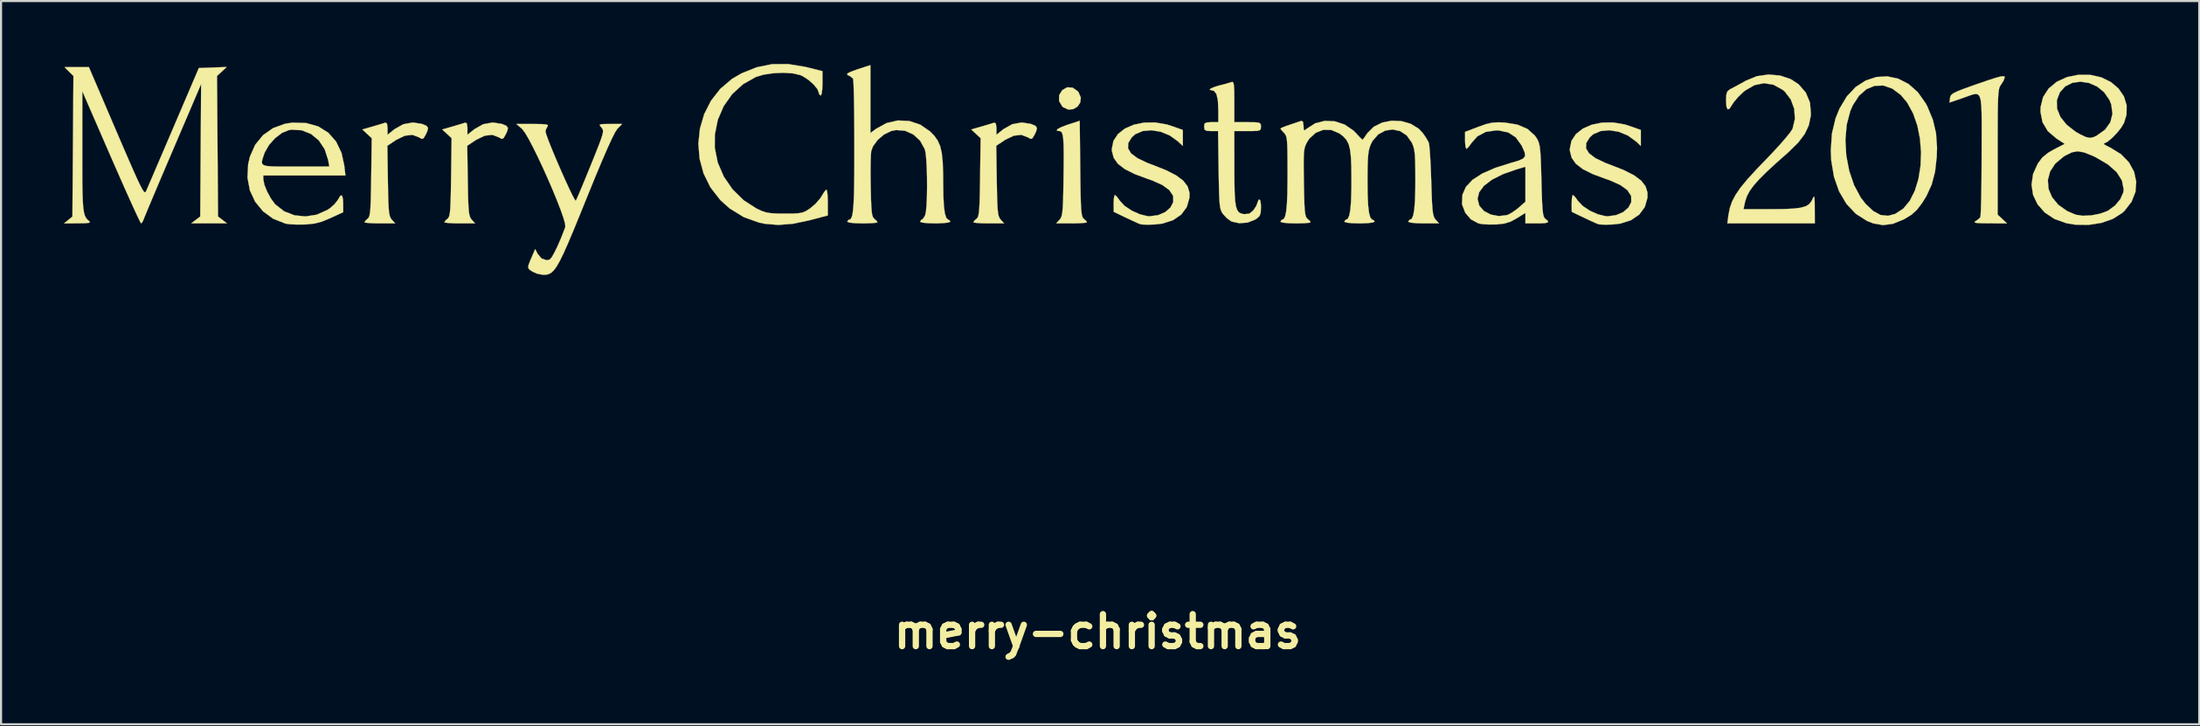
<source format=kicad_pcb>
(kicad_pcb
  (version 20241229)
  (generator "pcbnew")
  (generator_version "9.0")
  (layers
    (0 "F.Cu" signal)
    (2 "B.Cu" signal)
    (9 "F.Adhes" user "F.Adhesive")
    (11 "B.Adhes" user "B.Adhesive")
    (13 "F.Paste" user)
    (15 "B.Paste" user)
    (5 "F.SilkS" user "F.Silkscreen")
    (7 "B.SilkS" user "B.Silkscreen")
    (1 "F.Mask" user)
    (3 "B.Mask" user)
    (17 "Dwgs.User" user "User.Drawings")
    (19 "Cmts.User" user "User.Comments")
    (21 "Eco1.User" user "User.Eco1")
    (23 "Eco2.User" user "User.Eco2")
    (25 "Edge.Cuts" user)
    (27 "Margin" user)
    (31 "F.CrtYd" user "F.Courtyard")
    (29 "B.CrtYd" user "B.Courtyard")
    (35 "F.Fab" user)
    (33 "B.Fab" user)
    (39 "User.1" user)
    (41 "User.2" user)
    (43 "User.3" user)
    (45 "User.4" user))
  (footprint "merry-christmas"
    (layer "F.Cu")
    (at 49.3 27.078)
    (property "Reference" "merry-christmas" (at 0 0 0) (layer "F.SilkS") (effects (font (size 1.524 1.524) (thickness 0.3))))
    (attr through_hole)
    (fp_poly (pts (xy -1.193 -25.947) (xy -0.956 -25.784) (xy -0.91 -25.728) (xy -0.801 -25.474) (xy -0.829 -25.237) (xy -0.959 -25.044) (xy -1.159 -24.923) (xy -1.396 -24.902) (xy -1.636 -25.01) (xy -1.693 -25.061) (xy -1.839 -25.312) (xy -1.834 -25.588) (xy -1.688 -25.828) (xy -1.451 -25.964) (xy -1.193 -25.947)) (stroke (width 0.01) (type solid)) (fill yes) (layer "F.SilkS"))
    (fp_poly (pts (xy -0.829 -22.082) (xy -0.821 -21.395) (xy -0.812 -20.858) (xy -0.8 -20.451) (xy -0.785 -20.155) (xy -0.764 -19.951) (xy -0.737 -19.818) (xy -0.703 -19.738) (xy -0.658 -19.691) (xy -0.656 -19.69) (xy -0.537 -19.581) (xy -0.508 -19.527) (xy -0.586 -19.503) (xy -0.795 -19.485) (xy -1.097 -19.474) (xy -1.241 -19.473) (xy -1.974 -19.473) (xy -1.812 -19.651) (xy -1.759 -19.724) (xy -1.718 -19.822) (xy -1.687 -19.97) (xy -1.665 -20.189) (xy -1.649 -20.504) (xy -1.637 -20.936) (xy -1.627 -21.51) (xy -1.625 -21.658) (xy -1.617 -22.335) (xy -1.616 -22.861) (xy -1.624 -23.254) (xy -1.642 -23.533) (xy -1.672 -23.716) (xy -1.715 -23.822) (xy -1.773 -23.869) (xy -1.822 -23.876) (xy -1.947 -23.899) (xy -1.923 -23.961) (xy -1.763 -24.051) (xy -1.483 -24.161) (xy -1.401 -24.188) (xy -0.854 -24.366) (xy -0.829 -22.082)) (stroke (width 0.01) (type solid)) (fill yes) (layer "F.SilkS"))
    (fp_poly (pts (xy -32.226 -24.218) (xy -32.013 -24.131) (xy -31.934 -24.026) (xy -31.974 -23.857) (xy -32.05 -23.7) (xy -32.147 -23.535) (xy -32.233 -23.502) (xy -32.365 -23.577) (xy -32.365 -23.577) (xy -32.676 -23.696) (xy -33.039 -23.657) (xy -33.448 -23.46) (xy -33.476 -23.441) (xy -33.876 -23.176) (xy -33.85 -21.503) (xy -33.84 -20.923) (xy -33.828 -20.488) (xy -33.811 -20.174) (xy -33.788 -19.956) (xy -33.755 -19.811) (xy -33.711 -19.714) (xy -33.663 -19.651) (xy -33.502 -19.473) (xy -34.235 -19.473) (xy -34.563 -19.479) (xy -34.815 -19.495) (xy -34.953 -19.517) (xy -34.967 -19.527) (xy -34.907 -19.615) (xy -34.819 -19.69) (xy -34.77 -19.741) (xy -34.733 -19.828) (xy -34.704 -19.972) (xy -34.683 -20.195) (xy -34.668 -20.519) (xy -34.657 -20.966) (xy -34.647 -21.556) (xy -34.645 -21.668) (xy -34.62 -23.537) (xy -34.843 -23.744) (xy -35.067 -23.952) (xy -34.573 -24.095) (xy -34.291 -24.178) (xy -34.069 -24.246) (xy -33.972 -24.278) (xy -33.896 -24.242) (xy -33.867 -24.054) (xy -33.867 -24.008) (xy -33.867 -23.699) (xy -33.537 -23.964) (xy -33.117 -24.202) (xy -32.659 -24.286) (xy -32.226 -24.218)) (stroke (width 0.01) (type solid)) (fill yes) (layer "F.SilkS"))
    (fp_poly (pts (xy -28.416 -24.218) (xy -28.203 -24.131) (xy -28.124 -24.026) (xy -28.164 -23.857) (xy -28.24 -23.7) (xy -28.337 -23.535) (xy -28.423 -23.502) (xy -28.555 -23.577) (xy -28.555 -23.577) (xy -28.866 -23.696) (xy -29.229 -23.657) (xy -29.638 -23.46) (xy -29.666 -23.441) (xy -30.066 -23.176) (xy -30.04 -21.503) (xy -30.03 -20.923) (xy -30.018 -20.488) (xy -30.001 -20.174) (xy -29.978 -19.956) (xy -29.945 -19.811) (xy -29.901 -19.714) (xy -29.853 -19.651) (xy -29.692 -19.473) (xy -30.425 -19.473) (xy -30.753 -19.479) (xy -31.005 -19.495) (xy -31.143 -19.517) (xy -31.157 -19.527) (xy -31.097 -19.615) (xy -31.009 -19.69) (xy -30.96 -19.741) (xy -30.923 -19.828) (xy -30.894 -19.972) (xy -30.873 -20.195) (xy -30.858 -20.519) (xy -30.847 -20.966) (xy -30.837 -21.556) (xy -30.835 -21.668) (xy -30.81 -23.537) (xy -31.033 -23.744) (xy -31.257 -23.952) (xy -30.763 -24.095) (xy -30.481 -24.178) (xy -30.259 -24.246) (xy -30.163 -24.278) (xy -30.086 -24.242) (xy -30.057 -24.054) (xy -30.057 -24.008) (xy -30.057 -23.699) (xy -29.727 -23.964) (xy -29.307 -24.202) (xy -28.849 -24.286) (xy -28.416 -24.218)) (stroke (width 0.01) (type solid)) (fill yes) (layer "F.SilkS"))
    (fp_poly (pts (xy -3.185 -24.218) (xy -2.972 -24.131) (xy -2.893 -24.026) (xy -2.933 -23.857) (xy -3.009 -23.7) (xy -3.107 -23.535) (xy -3.192 -23.502) (xy -3.324 -23.577) (xy -3.324 -23.577) (xy -3.636 -23.696) (xy -3.999 -23.657) (xy -4.407 -23.46) (xy -4.435 -23.441) (xy -4.836 -23.176) (xy -4.81 -21.503) (xy -4.799 -20.923) (xy -4.787 -20.488) (xy -4.77 -20.174) (xy -4.747 -19.956) (xy -4.715 -19.811) (xy -4.67 -19.714) (xy -4.622 -19.651) (xy -4.461 -19.473) (xy -5.194 -19.473) (xy -5.522 -19.479) (xy -5.775 -19.495) (xy -5.912 -19.517) (xy -5.927 -19.527) (xy -5.867 -19.615) (xy -5.779 -19.69) (xy -5.73 -19.741) (xy -5.692 -19.828) (xy -5.664 -19.972) (xy -5.643 -20.195) (xy -5.628 -20.519) (xy -5.616 -20.966) (xy -5.606 -21.556) (xy -5.605 -21.668) (xy -5.579 -23.537) (xy -5.803 -23.744) (xy -6.026 -23.952) (xy -5.532 -24.095) (xy -5.25 -24.178) (xy -5.028 -24.246) (xy -4.932 -24.278) (xy -4.856 -24.242) (xy -4.827 -24.054) (xy -4.826 -24.008) (xy -4.826 -23.699) (xy -4.496 -23.964) (xy -4.076 -24.202) (xy -3.619 -24.286) (xy -3.185 -24.218)) (stroke (width 0.01) (type solid)) (fill yes) (layer "F.SilkS"))
    (fp_poly (pts (xy 43.259 -26.47) (xy 43.265 -26.448) (xy 43.215 -26.292) (xy 43.096 -26.101) (xy 43.095 -26.1) (xy 43.051 -26.037) (xy 43.014 -25.96) (xy 42.986 -25.852) (xy 42.965 -25.695) (xy 42.949 -25.472) (xy 42.938 -25.165) (xy 42.931 -24.756) (xy 42.928 -24.229) (xy 42.926 -23.564) (xy 42.926 -22.887) (xy 42.926 -19.889) (xy 43.374 -19.473) (xy 42.536 -19.476) (xy 42.156 -19.481) (xy 41.927 -19.494) (xy 41.828 -19.518) (xy 41.84 -19.557) (xy 41.868 -19.575) (xy 42.03 -19.69) (xy 42.099 -19.762) (xy 42.114 -19.866) (xy 42.127 -20.119) (xy 42.139 -20.501) (xy 42.149 -20.991) (xy 42.157 -21.57) (xy 42.161 -22.218) (xy 42.163 -22.754) (xy 42.165 -23.554) (xy 42.166 -24.199) (xy 42.162 -24.704) (xy 42.148 -25.084) (xy 42.118 -25.354) (xy 42.067 -25.528) (xy 41.991 -25.621) (xy 41.885 -25.648) (xy 41.742 -25.623) (xy 41.56 -25.561) (xy 41.331 -25.477) (xy 41.242 -25.446) (xy 40.629 -25.237) (xy 40.656 -25.457) (xy 40.677 -25.544) (xy 40.733 -25.62) (xy 40.848 -25.698) (xy 41.045 -25.789) (xy 41.347 -25.906) (xy 41.777 -26.06) (xy 41.974 -26.129) (xy 42.469 -26.299) (xy 42.826 -26.414) (xy 43.063 -26.477) (xy 43.201 -26.494) (xy 43.259 -26.47)) (stroke (width 0.01) (type solid)) (fill yes) (layer "F.SilkS"))
    (fp_poly (pts (xy 38.186 -26.374) (xy 38.677 -26.122) (xy 39.12 -25.73) (xy 39.497 -25.195) (xy 39.576 -25.043) (xy 39.837 -24.412) (xy 39.986 -23.783) (xy 40.035 -23.099) (xy 40.021 -22.648) (xy 39.94 -21.934) (xy 39.78 -21.325) (xy 39.527 -20.772) (xy 39.324 -20.447) (xy 39.072 -20.117) (xy 38.81 -19.881) (xy 38.467 -19.674) (xy 38.447 -19.664) (xy 37.934 -19.454) (xy 37.463 -19.391) (xy 36.993 -19.473) (xy 36.696 -19.591) (xy 36.161 -19.931) (xy 35.715 -20.405) (xy 35.366 -20.996) (xy 35.122 -21.69) (xy 34.99 -22.472) (xy 34.969 -22.954) (xy 35.003 -23.457) (xy 35.664 -23.457) (xy 35.706 -22.711) (xy 35.847 -21.978) (xy 36.079 -21.296) (xy 36.397 -20.704) (xy 36.63 -20.402) (xy 36.998 -20.058) (xy 37.348 -19.871) (xy 37.701 -19.835) (xy 38.041 -19.926) (xy 38.423 -20.174) (xy 38.736 -20.551) (xy 38.978 -21.033) (xy 39.15 -21.595) (xy 39.248 -22.212) (xy 39.273 -22.858) (xy 39.223 -23.509) (xy 39.097 -24.139) (xy 38.893 -24.723) (xy 38.611 -25.237) (xy 38.308 -25.598) (xy 37.897 -25.904) (xy 37.476 -26.049) (xy 37.06 -26.036) (xy 36.668 -25.873) (xy 36.317 -25.564) (xy 36.022 -25.115) (xy 35.898 -24.833) (xy 35.726 -24.177) (xy 35.664 -23.457) (xy 35.003 -23.457) (xy 35.023 -23.758) (xy 35.197 -24.484) (xy 35.384 -24.947) (xy 35.734 -25.532) (xy 36.157 -25.979) (xy 36.634 -26.287) (xy 37.145 -26.456) (xy 37.669 -26.485) (xy 38.186 -26.374)) (stroke (width 0.01) (type solid)) (fill yes) (layer "F.SilkS"))
    (fp_poly (pts (xy 3.295 -24.192) (xy 3.509 -24.125) (xy 4.064 -23.929) (xy 4.064 -23.167) (xy 3.831 -23.385) (xy 3.442 -23.666) (xy 3.008 -23.844) (xy 2.565 -23.916) (xy 2.15 -23.878) (xy 1.798 -23.728) (xy 1.63 -23.579) (xy 1.462 -23.307) (xy 1.45 -23.052) (xy 1.596 -22.812) (xy 1.904 -22.581) (xy 2.377 -22.356) (xy 2.615 -22.266) (xy 3.255 -22.014) (xy 3.739 -21.767) (xy 4.079 -21.514) (xy 4.289 -21.244) (xy 4.381 -20.945) (xy 4.38 -20.695) (xy 4.253 -20.252) (xy 3.987 -19.892) (xy 3.596 -19.626) (xy 3.092 -19.464) (xy 2.724 -19.421) (xy 2.415 -19.412) (xy 2.164 -19.418) (xy 2.032 -19.436) (xy 1.896 -19.493) (xy 1.658 -19.601) (xy 1.365 -19.739) (xy 1.337 -19.752) (xy 0.769 -20.024) (xy 0.766 -20.426) (xy 0.775 -20.66) (xy 0.805 -20.803) (xy 0.826 -20.825) (xy 0.908 -20.758) (xy 1.03 -20.596) (xy 1.058 -20.554) (xy 1.287 -20.308) (xy 1.624 -20.083) (xy 2.008 -19.909) (xy 2.379 -19.818) (xy 2.486 -19.812) (xy 2.885 -19.866) (xy 3.223 -20.012) (xy 3.473 -20.227) (xy 3.608 -20.488) (xy 3.604 -20.77) (xy 3.594 -20.798) (xy 3.42 -21.061) (xy 3.088 -21.303) (xy 2.592 -21.525) (xy 2.387 -21.596) (xy 1.762 -21.828) (xy 1.292 -22.065) (xy 0.965 -22.319) (xy 0.766 -22.601) (xy 0.683 -22.922) (xy 0.678 -23.029) (xy 0.755 -23.41) (xy 0.971 -23.735) (xy 1.302 -23.995) (xy 1.724 -24.179) (xy 2.213 -24.28) (xy 2.745 -24.287) (xy 3.295 -24.192)) (stroke (width 0.01) (type solid)) (fill yes) (layer "F.SilkS"))
    (fp_poly (pts (xy 25.139 -24.192) (xy 25.353 -24.125) (xy 25.908 -23.929) (xy 25.908 -23.167) (xy 25.675 -23.385) (xy 25.286 -23.666) (xy 24.852 -23.844) (xy 24.409 -23.916) (xy 23.994 -23.878) (xy 23.642 -23.728) (xy 23.474 -23.579) (xy 23.306 -23.307) (xy 23.294 -23.052) (xy 23.44 -22.812) (xy 23.748 -22.581) (xy 24.221 -22.356) (xy 24.459 -22.266) (xy 25.099 -22.014) (xy 25.583 -21.767) (xy 25.923 -21.514) (xy 26.133 -21.244) (xy 26.225 -20.945) (xy 26.224 -20.695) (xy 26.097 -20.252) (xy 25.831 -19.892) (xy 25.44 -19.626) (xy 24.936 -19.464) (xy 24.568 -19.421) (xy 24.259 -19.412) (xy 24.008 -19.418) (xy 23.876 -19.436) (xy 23.74 -19.493) (xy 23.502 -19.601) (xy 23.209 -19.739) (xy 23.181 -19.752) (xy 22.613 -20.024) (xy 22.61 -20.426) (xy 22.619 -20.66) (xy 22.649 -20.803) (xy 22.669 -20.825) (xy 22.752 -20.758) (xy 22.874 -20.596) (xy 22.902 -20.554) (xy 23.131 -20.308) (xy 23.468 -20.083) (xy 23.852 -19.909) (xy 24.223 -19.818) (xy 24.33 -19.812) (xy 24.729 -19.866) (xy 25.067 -20.012) (xy 25.317 -20.227) (xy 25.452 -20.488) (xy 25.448 -20.77) (xy 25.438 -20.798) (xy 25.264 -21.061) (xy 24.932 -21.303) (xy 24.436 -21.525) (xy 24.231 -21.596) (xy 23.606 -21.828) (xy 23.136 -22.065) (xy 22.809 -22.319) (xy 22.61 -22.601) (xy 22.527 -22.922) (xy 22.522 -23.029) (xy 22.599 -23.41) (xy 22.815 -23.735) (xy 23.146 -23.995) (xy 23.568 -24.179) (xy 24.057 -24.28) (xy 24.589 -24.287) (xy 25.139 -24.192)) (stroke (width 0.01) (type solid)) (fill yes) (layer "F.SilkS"))
    (fp_poly (pts (xy -13.944 -26.939) (xy -13.84 -26.914) (xy -13.123 -26.734) (xy -13.123 -26.152) (xy -13.135 -25.852) (xy -13.165 -25.645) (xy -13.208 -25.569) (xy -13.284 -25.638) (xy -13.293 -25.693) (xy -13.361 -25.874) (xy -13.538 -26.093) (xy -13.783 -26.311) (xy -14.054 -26.488) (xy -14.187 -26.549) (xy -14.536 -26.629) (xy -14.984 -26.657) (xy -15.469 -26.636) (xy -15.929 -26.568) (xy -16.298 -26.458) (xy -16.914 -26.11) (xy -17.43 -25.638) (xy -17.835 -25.065) (xy -18.115 -24.413) (xy -18.257 -23.705) (xy -18.26 -23.081) (xy -18.119 -22.378) (xy -17.83 -21.707) (xy -17.412 -21.097) (xy -16.885 -20.579) (xy -16.282 -20.189) (xy -16.038 -20.073) (xy -15.825 -20) (xy -15.59 -19.96) (xy -15.283 -19.943) (xy -14.93 -19.94) (xy -14.534 -19.942) (xy -14.263 -19.957) (xy -14.07 -19.993) (xy -13.912 -20.06) (xy -13.744 -20.167) (xy -13.702 -20.196) (xy -13.449 -20.413) (xy -13.232 -20.663) (xy -13.166 -20.767) (xy -13.047 -20.962) (xy -12.954 -21.072) (xy -12.933 -21.082) (xy -12.902 -21.004) (xy -12.879 -20.799) (xy -12.869 -20.509) (xy -12.869 -20.467) (xy -12.869 -19.852) (xy -13.75 -19.62) (xy -14.532 -19.455) (xy -15.225 -19.4) (xy -15.868 -19.453) (xy -16.143 -19.509) (xy -16.879 -19.773) (xy -17.55 -20.186) (xy -17.996 -20.586) (xy -18.466 -21.191) (xy -18.794 -21.856) (xy -18.984 -22.559) (xy -19.041 -23.279) (xy -18.967 -23.993) (xy -18.766 -24.681) (xy -18.442 -25.32) (xy -17.998 -25.889) (xy -17.438 -26.365) (xy -16.989 -26.627) (xy -16.254 -26.921) (xy -15.524 -27.068) (xy -14.765 -27.073) (xy -13.944 -26.939)) (stroke (width 0.01) (type solid)) (fill yes) (layer "F.SilkS"))
    (fp_poly (pts (xy -37.744 -24.259) (xy -37.171 -24.097) (xy -36.693 -23.799) (xy -36.319 -23.374) (xy -36.06 -22.83) (xy -35.932 -22.239) (xy -35.875 -21.759) (xy -39.793 -21.759) (xy -39.791 -21.569) (xy -39.74 -21.313) (xy -39.61 -20.99) (xy -39.432 -20.663) (xy -39.236 -20.396) (xy -39.217 -20.376) (xy -38.798 -20.05) (xy -38.307 -19.858) (xy -37.778 -19.804) (xy -37.244 -19.888) (xy -36.738 -20.114) (xy -36.591 -20.213) (xy -36.386 -20.399) (xy -36.236 -20.591) (xy -36.218 -20.625) (xy -36.115 -20.795) (xy -36.039 -20.801) (xy -35.994 -20.645) (xy -35.983 -20.417) (xy -35.983 -20.006) (xy -36.594 -19.725) (xy -36.994 -19.559) (xy -37.345 -19.466) (xy -37.737 -19.424) (xy -37.843 -19.42) (xy -38.194 -19.417) (xy -38.511 -19.432) (xy -38.728 -19.461) (xy -38.735 -19.463) (xy -39.323 -19.696) (xy -39.809 -20.053) (xy -40.182 -20.51) (xy -40.432 -21.049) (xy -40.546 -21.649) (xy -40.515 -22.289) (xy -40.482 -22.432) (xy -39.859 -22.432) (xy -39.851 -22.322) (xy -39.773 -22.25) (xy -39.606 -22.208) (xy -39.332 -22.188) (xy -38.931 -22.182) (xy -38.383 -22.183) (xy -38.26 -22.183) (xy -36.642 -22.183) (xy -36.7 -22.5) (xy -36.867 -23.015) (xy -37.146 -23.434) (xy -37.517 -23.739) (xy -37.955 -23.914) (xy -38.44 -23.942) (xy -38.573 -23.922) (xy -38.895 -23.792) (xy -39.224 -23.544) (xy -39.513 -23.222) (xy -39.717 -22.87) (xy -39.745 -22.798) (xy -39.817 -22.588) (xy -39.859 -22.432) (xy -40.482 -22.432) (xy -40.431 -22.655) (xy -40.181 -23.22) (xy -39.805 -23.68) (xy -39.322 -24.02) (xy -38.749 -24.226) (xy -38.402 -24.278) (xy -37.744 -24.259)) (stroke (width 0.01) (type solid)) (fill yes) (layer "F.SilkS"))
    (fp_poly (pts (xy -41.769 -26.718) (xy -42 -26.504) (xy -41.976 -23.153) (xy -41.952 -19.802) (xy -41.741 -19.64) (xy -41.529 -19.477) (xy -43.222 -19.477) (xy -43.011 -19.64) (xy -42.799 -19.802) (xy -42.778 -22.961) (xy -42.758 -26.12) (xy -44.104 -22.972) (xy -44.399 -22.281) (xy -44.675 -21.634) (xy -44.923 -21.048) (xy -45.137 -20.541) (xy -45.309 -20.131) (xy -45.432 -19.836) (xy -45.498 -19.672) (xy -45.506 -19.649) (xy -45.574 -19.509) (xy -45.62 -19.474) (xy -45.665 -19.549) (xy -45.77 -19.763) (xy -45.927 -20.1) (xy -46.129 -20.543) (xy -46.369 -21.077) (xy -46.638 -21.684) (xy -46.93 -22.349) (xy -47.052 -22.627) (xy -48.425 -25.781) (xy -48.427 -22.918) (xy -48.427 -22.111) (xy -48.424 -21.457) (xy -48.416 -20.936) (xy -48.402 -20.532) (xy -48.379 -20.227) (xy -48.347 -20.004) (xy -48.303 -19.844) (xy -48.246 -19.73) (xy -48.174 -19.646) (xy -48.098 -19.582) (xy -48.059 -19.53) (xy -48.123 -19.498) (xy -48.312 -19.481) (xy -48.629 -19.476) (xy -49.295 -19.473) (xy -48.895 -19.797) (xy -48.871 -23.15) (xy -48.847 -26.503) (xy -49.058 -26.713) (xy -49.268 -26.924) (xy -48.689 -26.924) (xy -48.109 -26.924) (xy -46.795 -23.857) (xy -46.463 -23.084) (xy -46.19 -22.455) (xy -45.971 -21.955) (xy -45.798 -21.572) (xy -45.665 -21.294) (xy -45.566 -21.107) (xy -45.495 -20.998) (xy -45.444 -20.955) (xy -45.409 -20.963) (xy -45.387 -20.999) (xy -45.333 -21.124) (xy -45.22 -21.385) (xy -45.057 -21.764) (xy -44.853 -22.241) (xy -44.614 -22.798) (xy -44.349 -23.416) (xy -44.08 -24.045) (xy -42.866 -26.882) (xy -42.202 -26.907) (xy -41.538 -26.932) (xy -41.769 -26.718)) (stroke (width 0.01) (type solid)) (fill yes) (layer "F.SilkS"))
    (fp_poly (pts (xy 32.55 -26.525) (xy 33.064 -26.351) (xy 33.429 -26.112) (xy 33.778 -25.71) (xy 33.976 -25.235) (xy 34.019 -24.691) (xy 34.011 -24.591) (xy 33.919 -24.151) (xy 33.727 -23.741) (xy 33.417 -23.33) (xy 32.969 -22.889) (xy 32.918 -22.843) (xy 32.347 -22.337) (xy 31.895 -21.919) (xy 31.546 -21.571) (xy 31.286 -21.276) (xy 31.099 -21.018) (xy 30.972 -20.779) (xy 30.89 -20.542) (xy 30.863 -20.426) (xy 30.805 -20.151) (xy 32.112 -20.151) (xy 32.722 -20.157) (xy 33.186 -20.178) (xy 33.528 -20.22) (xy 33.769 -20.288) (xy 33.933 -20.387) (xy 34.042 -20.523) (xy 34.084 -20.607) (xy 34.14 -20.725) (xy 34.174 -20.75) (xy 34.192 -20.663) (xy 34.2 -20.442) (xy 34.202 -20.172) (xy 34.205 -19.473) (xy 30.034 -19.473) (xy 30.088 -19.875) (xy 30.152 -20.203) (xy 30.26 -20.516) (xy 30.427 -20.835) (xy 30.667 -21.183) (xy 30.996 -21.582) (xy 31.428 -22.054) (xy 31.808 -22.448) (xy 32.198 -22.855) (xy 32.546 -23.234) (xy 32.832 -23.564) (xy 33.039 -23.821) (xy 33.145 -23.984) (xy 33.147 -23.99) (xy 33.258 -24.457) (xy 33.225 -24.937) (xy 33.06 -25.385) (xy 32.774 -25.759) (xy 32.669 -25.848) (xy 32.234 -26.087) (xy 31.782 -26.16) (xy 31.328 -26.067) (xy 30.884 -25.81) (xy 30.781 -25.725) (xy 30.545 -25.496) (xy 30.35 -25.267) (xy 30.263 -25.136) (xy 30.137 -24.942) (xy 30.046 -24.913) (xy 29.991 -25.048) (xy 29.975 -25.337) (xy 29.985 -25.602) (xy 30.029 -25.755) (xy 30.135 -25.854) (xy 30.25 -25.915) (xy 30.487 -26.039) (xy 30.78 -26.2) (xy 30.922 -26.281) (xy 31.437 -26.493) (xy 31.994 -26.573) (xy 32.55 -26.525)) (stroke (width 0.01) (type solid)) (fill yes) (layer "F.SilkS"))
    (fp_poly (pts (xy 6.48 -26.165) (xy 6.504 -26.027) (xy 6.516 -25.777) (xy 6.519 -25.39) (xy 6.519 -25.282) (xy 6.519 -24.299) (xy 7.154 -24.299) (xy 7.477 -24.297) (xy 7.667 -24.281) (xy 7.758 -24.24) (xy 7.787 -24.162) (xy 7.789 -24.088) (xy 7.781 -23.98) (xy 7.734 -23.917) (xy 7.611 -23.886) (xy 7.377 -23.877) (xy 7.154 -23.876) (xy 6.519 -23.876) (xy 6.521 -22.119) (xy 6.524 -21.456) (xy 6.535 -20.942) (xy 6.558 -20.559) (xy 6.598 -20.286) (xy 6.659 -20.105) (xy 6.745 -19.995) (xy 6.86 -19.937) (xy 6.998 -19.913) (xy 7.227 -19.934) (xy 7.407 -20.074) (xy 7.441 -20.115) (xy 7.564 -20.301) (xy 7.62 -20.446) (xy 7.62 -20.453) (xy 7.677 -20.593) (xy 7.705 -20.616) (xy 7.757 -20.575) (xy 7.786 -20.387) (xy 7.789 -20.247) (xy 7.778 -19.986) (xy 7.725 -19.829) (xy 7.598 -19.71) (xy 7.504 -19.65) (xy 7.153 -19.512) (xy 6.76 -19.481) (xy 6.403 -19.559) (xy 6.358 -19.58) (xy 6.163 -19.724) (xy 5.978 -19.922) (xy 5.977 -19.924) (xy 5.919 -20.013) (xy 5.874 -20.117) (xy 5.841 -20.26) (xy 5.817 -20.465) (xy 5.8 -20.758) (xy 5.788 -21.16) (xy 5.777 -21.696) (xy 5.773 -22.019) (xy 5.745 -23.876) (xy 5.413 -23.876) (xy 5.197 -23.888) (xy 5.102 -23.944) (xy 5.08 -24.076) (xy 5.08 -24.088) (xy 5.098 -24.224) (xy 5.186 -24.285) (xy 5.389 -24.299) (xy 5.419 -24.299) (xy 5.757 -24.299) (xy 5.757 -24.898) (xy 5.736 -25.346) (xy 5.668 -25.641) (xy 5.551 -25.794) (xy 5.441 -25.823) (xy 5.346 -25.845) (xy 5.388 -25.899) (xy 5.544 -25.971) (xy 5.788 -26.048) (xy 5.852 -26.064) (xy 6.117 -26.132) (xy 6.327 -26.193) (xy 6.381 -26.212) (xy 6.441 -26.218) (xy 6.48 -26.165)) (stroke (width 0.01) (type solid)) (fill yes) (layer "F.SilkS"))
    (fp_poly (pts (xy 19.416 -24.282) (xy 20.023 -24.184) (xy 20.502 -23.977) (xy 20.855 -23.66) (xy 20.938 -23.541) (xy 21.001 -23.427) (xy 21.05 -23.301) (xy 21.086 -23.137) (xy 21.112 -22.909) (xy 21.133 -22.592) (xy 21.149 -22.16) (xy 21.165 -21.587) (xy 21.166 -21.52) (xy 21.182 -20.929) (xy 21.199 -20.486) (xy 21.218 -20.167) (xy 21.243 -19.949) (xy 21.275 -19.81) (xy 21.317 -19.728) (xy 21.357 -19.69) (xy 21.475 -19.586) (xy 21.473 -19.52) (xy 21.336 -19.486) (xy 21.049 -19.474) (xy 20.955 -19.473) (xy 20.405 -19.473) (xy 20.405 -19.974) (xy 19.984 -19.713) (xy 19.689 -19.553) (xy 19.403 -19.466) (xy 19.042 -19.425) (xy 18.989 -19.422) (xy 18.651 -19.419) (xy 18.344 -19.44) (xy 18.158 -19.474) (xy 17.803 -19.667) (xy 17.535 -19.977) (xy 17.389 -20.361) (xy 17.38 -20.427) (xy 17.391 -20.639) (xy 18.12 -20.639) (xy 18.205 -20.316) (xy 18.209 -20.31) (xy 18.431 -20.06) (xy 18.757 -19.892) (xy 19.136 -19.822) (xy 19.514 -19.867) (xy 19.585 -19.891) (xy 19.776 -19.995) (xy 20.011 -20.165) (xy 20.099 -20.238) (xy 20.405 -20.507) (xy 20.405 -22.174) (xy 19.96 -22.043) (xy 19.315 -21.815) (xy 18.801 -21.553) (xy 18.425 -21.265) (xy 18.196 -20.958) (xy 18.12 -20.639) (xy 17.391 -20.639) (xy 17.401 -20.841) (xy 17.565 -21.214) (xy 17.878 -21.549) (xy 18.344 -21.851) (xy 18.969 -22.123) (xy 19.716 -22.359) (xy 20.081 -22.467) (xy 20.299 -22.566) (xy 20.389 -22.688) (xy 20.368 -22.863) (xy 20.254 -23.121) (xy 20.214 -23.2) (xy 19.943 -23.577) (xy 19.582 -23.812) (xy 19.125 -23.907) (xy 19.011 -23.91) (xy 18.515 -23.838) (xy 18.116 -23.628) (xy 17.843 -23.324) (xy 17.71 -23.141) (xy 17.609 -23.038) (xy 17.59 -23.03) (xy 17.553 -23.106) (xy 17.53 -23.299) (xy 17.526 -23.433) (xy 17.526 -23.837) (xy 18.161 -24.079) (xy 18.524 -24.208) (xy 18.812 -24.275) (xy 19.103 -24.294) (xy 19.416 -24.282)) (stroke (width 0.01) (type solid)) (fill yes) (layer "F.SilkS"))
    (fp_poly (pts (xy -26.548 -24.21) (xy -26.32 -24.194) (xy -26.22 -24.164) (xy -26.226 -24.117) (xy -26.23 -24.113) (xy -26.318 -23.944) (xy -26.331 -23.853) (xy -26.3 -23.725) (xy -26.213 -23.482) (xy -26.083 -23.15) (xy -25.921 -22.757) (xy -25.74 -22.33) (xy -25.55 -21.895) (xy -25.364 -21.48) (xy -25.193 -21.111) (xy -25.05 -20.815) (xy -24.945 -20.619) (xy -24.891 -20.551) (xy -24.889 -20.552) (xy -24.842 -20.647) (xy -24.742 -20.874) (xy -24.6 -21.21) (xy -24.425 -21.631) (xy -24.229 -22.111) (xy -24.173 -22.247) (xy -23.953 -22.793) (xy -23.791 -23.204) (xy -23.68 -23.502) (xy -23.615 -23.709) (xy -23.589 -23.848) (xy -23.597 -23.939) (xy -23.631 -24.006) (xy -23.665 -24.046) (xy -23.739 -24.136) (xy -23.738 -24.186) (xy -23.634 -24.208) (xy -23.401 -24.214) (xy -23.249 -24.215) (xy -22.68 -24.215) (xy -22.906 -23.982) (xy -23.008 -23.829) (xy -23.164 -23.523) (xy -23.376 -23.062) (xy -23.643 -22.445) (xy -23.967 -21.672) (xy -24.347 -20.74) (xy -24.397 -20.616) (xy -24.741 -19.768) (xy -25.03 -19.065) (xy -25.273 -18.492) (xy -25.477 -18.036) (xy -25.649 -17.685) (xy -25.797 -17.425) (xy -25.928 -17.243) (xy -26.051 -17.124) (xy -26.173 -17.057) (xy -26.301 -17.026) (xy -26.439 -17.02) (xy -26.716 -17.069) (xy -26.945 -17.167) (xy -27.09 -17.262) (xy -27.156 -17.348) (xy -27.147 -17.473) (xy -27.068 -17.683) (xy -27.002 -17.836) (xy -26.826 -18.246) (xy -26.706 -18.019) (xy -26.52 -17.798) (xy -26.286 -17.717) (xy -26.137 -17.743) (xy -26.046 -17.842) (xy -25.915 -18.067) (xy -25.759 -18.386) (xy -25.594 -18.765) (xy -25.435 -19.172) (xy -25.387 -19.304) (xy -25.397 -19.451) (xy -25.473 -19.725) (xy -25.604 -20.1) (xy -25.778 -20.551) (xy -25.985 -21.055) (xy -26.214 -21.587) (xy -26.454 -22.121) (xy -26.694 -22.633) (xy -26.924 -23.098) (xy -27.131 -23.492) (xy -27.306 -23.79) (xy -27.438 -23.966) (xy -27.454 -23.982) (xy -27.722 -24.215) (xy -26.925 -24.215) (xy -26.548 -24.21)) (stroke (width 0.01) (type solid)) (fill yes) (layer "F.SilkS"))
    (fp_poly (pts (xy -10.837 -23.783) (xy -10.562 -23.987) (xy -10.063 -24.26) (xy -9.525 -24.382) (xy -8.98 -24.356) (xy -8.46 -24.182) (xy -7.998 -23.865) (xy -7.784 -23.645) (xy -7.623 -23.417) (xy -7.508 -23.153) (xy -7.433 -22.823) (xy -7.389 -22.4) (xy -7.369 -21.856) (xy -7.366 -21.41) (xy -7.357 -20.763) (xy -7.33 -20.275) (xy -7.282 -19.933) (xy -7.213 -19.726) (xy -7.12 -19.645) (xy -7.098 -19.643) (xy -7.029 -19.578) (xy -7.027 -19.558) (xy -7.107 -19.517) (xy -7.326 -19.488) (xy -7.654 -19.474) (xy -7.747 -19.473) (xy -8.097 -19.483) (xy -8.346 -19.508) (xy -8.462 -19.547) (xy -8.467 -19.558) (xy -8.412 -19.64) (xy -8.396 -19.643) (xy -8.313 -19.711) (xy -8.226 -19.858) (xy -8.187 -20.035) (xy -8.159 -20.342) (xy -8.141 -20.744) (xy -8.134 -21.202) (xy -8.137 -21.679) (xy -8.15 -22.137) (xy -8.173 -22.54) (xy -8.206 -22.849) (xy -8.241 -23.008) (xy -8.466 -23.416) (xy -8.792 -23.716) (xy -9.185 -23.892) (xy -9.613 -23.925) (xy -9.841 -23.88) (xy -10.188 -23.712) (xy -10.495 -23.45) (xy -10.717 -23.142) (xy -10.798 -22.918) (xy -10.813 -22.742) (xy -10.824 -22.432) (xy -10.829 -22.023) (xy -10.827 -21.55) (xy -10.822 -21.221) (xy -10.81 -20.689) (xy -10.795 -20.302) (xy -10.775 -20.034) (xy -10.746 -19.859) (xy -10.706 -19.754) (xy -10.651 -19.693) (xy -10.647 -19.69) (xy -10.528 -19.581) (xy -10.499 -19.527) (xy -10.577 -19.503) (xy -10.785 -19.484) (xy -11.086 -19.474) (xy -11.218 -19.473) (xy -11.569 -19.483) (xy -11.817 -19.508) (xy -11.933 -19.547) (xy -11.938 -19.558) (xy -11.884 -19.64) (xy -11.867 -19.643) (xy -11.8 -19.663) (xy -11.745 -19.733) (xy -11.701 -19.866) (xy -11.667 -20.078) (xy -11.641 -20.382) (xy -11.622 -20.793) (xy -11.61 -21.325) (xy -11.603 -21.992) (xy -11.601 -22.808) (xy -11.601 -23.181) (xy -11.603 -23.893) (xy -11.608 -24.551) (xy -11.615 -25.138) (xy -11.625 -25.634) (xy -11.637 -26.019) (xy -11.65 -26.274) (xy -11.664 -26.379) (xy -11.664 -26.38) (xy -11.79 -26.484) (xy -11.896 -26.537) (xy -11.953 -26.579) (xy -11.916 -26.633) (xy -11.768 -26.706) (xy -11.492 -26.808) (xy -11.072 -26.946) (xy -11.028 -26.96) (xy -10.837 -27.02) (xy -10.837 -23.783)) (stroke (width 0.01) (type solid)) (fill yes) (layer "F.SilkS"))
    (fp_poly (pts (xy 47.347 -26.557) (xy 47.875 -26.436) (xy 48.329 -26.213) (xy 48.691 -25.906) (xy 48.947 -25.532) (xy 49.079 -25.107) (xy 49.072 -24.649) (xy 48.949 -24.257) (xy 48.812 -24.031) (xy 48.611 -23.782) (xy 48.384 -23.548) (xy 48.169 -23.37) (xy 48.006 -23.285) (xy 47.985 -23.283) (xy 47.995 -23.251) (xy 48.13 -23.17) (xy 48.311 -23.081) (xy 48.816 -22.769) (xy 49.191 -22.38) (xy 49.433 -21.935) (xy 49.536 -21.459) (xy 49.498 -20.975) (xy 49.313 -20.505) (xy 48.978 -20.073) (xy 48.861 -19.966) (xy 48.422 -19.689) (xy 47.876 -19.498) (xy 47.267 -19.403) (xy 46.638 -19.41) (xy 46.206 -19.481) (xy 45.635 -19.685) (xy 45.173 -19.992) (xy 44.831 -20.381) (xy 44.617 -20.83) (xy 44.543 -21.321) (xy 44.574 -21.534) (xy 45.32 -21.534) (xy 45.353 -21.118) (xy 45.521 -20.72) (xy 45.818 -20.36) (xy 46.24 -20.061) (xy 46.651 -19.886) (xy 46.982 -19.836) (xy 47.391 -19.855) (xy 47.808 -19.934) (xy 48.162 -20.064) (xy 48.19 -20.079) (xy 48.527 -20.326) (xy 48.781 -20.633) (xy 48.921 -20.956) (xy 48.937 -21.098) (xy 48.854 -21.52) (xy 48.604 -21.916) (xy 48.188 -22.284) (xy 47.607 -22.625) (xy 47.438 -22.705) (xy 47.052 -22.858) (xy 46.749 -22.912) (xy 46.471 -22.864) (xy 46.164 -22.713) (xy 46.07 -22.656) (xy 45.673 -22.325) (xy 45.425 -21.943) (xy 45.32 -21.534) (xy 44.574 -21.534) (xy 44.617 -21.831) (xy 44.843 -22.329) (xy 45.057 -22.614) (xy 45.329 -22.838) (xy 45.608 -22.999) (xy 46.125 -23.266) (xy 45.718 -23.531) (xy 45.316 -23.877) (xy 45.067 -24.297) (xy 44.97 -24.79) (xy 44.976 -25.025) (xy 45.055 -25.339) (xy 45.748 -25.339) (xy 45.761 -24.941) (xy 45.921 -24.546) (xy 46.221 -24.173) (xy 46.649 -23.841) (xy 46.863 -23.72) (xy 47.134 -23.592) (xy 47.327 -23.55) (xy 47.505 -23.588) (xy 47.65 -23.657) (xy 48.051 -23.944) (xy 48.304 -24.299) (xy 48.404 -24.706) (xy 48.345 -25.145) (xy 48.26 -25.357) (xy 48.005 -25.729) (xy 47.669 -26.002) (xy 47.282 -26.171) (xy 46.878 -26.232) (xy 46.489 -26.178) (xy 46.147 -26.006) (xy 45.892 -25.723) (xy 45.748 -25.339) (xy 45.055 -25.339) (xy 45.095 -25.499) (xy 45.358 -25.905) (xy 45.746 -26.228) (xy 46.242 -26.454) (xy 46.761 -26.559) (xy 47.347 -26.557)) (stroke (width 0.01) (type solid)) (fill yes) (layer "F.SilkS"))
    (fp_poly (pts (xy 14.492 -24.35) (xy 14.935 -24.223) (xy 15.317 -23.988) (xy 15.512 -23.779) (xy 15.665 -23.555) (xy 15.778 -23.359) (xy 15.793 -23.326) (xy 15.818 -23.191) (xy 15.843 -22.916) (xy 15.868 -22.53) (xy 15.891 -22.063) (xy 15.91 -21.542) (xy 15.912 -21.493) (xy 15.93 -20.913) (xy 15.948 -20.478) (xy 15.97 -20.164) (xy 15.997 -19.947) (xy 16.033 -19.802) (xy 16.079 -19.704) (xy 16.121 -19.651) (xy 16.282 -19.473) (xy 15.549 -19.473) (xy 15.194 -19.483) (xy 14.942 -19.508) (xy 14.823 -19.546) (xy 14.817 -19.558) (xy 14.871 -19.64) (xy 14.888 -19.643) (xy 14.982 -19.694) (xy 15.053 -19.856) (xy 15.104 -20.142) (xy 15.137 -20.564) (xy 15.153 -21.135) (xy 15.155 -21.525) (xy 15.153 -22.068) (xy 15.145 -22.473) (xy 15.129 -22.768) (xy 15.1 -22.985) (xy 15.057 -23.153) (xy 14.997 -23.303) (xy 14.982 -23.333) (xy 14.74 -23.671) (xy 14.426 -23.876) (xy 14.073 -23.952) (xy 13.715 -23.898) (xy 13.384 -23.717) (xy 13.115 -23.41) (xy 13.036 -23.26) (xy 12.974 -23.102) (xy 12.929 -22.922) (xy 12.9 -22.69) (xy 12.882 -22.375) (xy 12.873 -21.947) (xy 12.871 -21.488) (xy 12.878 -20.833) (xy 12.902 -20.334) (xy 12.944 -19.98) (xy 13.006 -19.757) (xy 13.091 -19.653) (xy 13.137 -19.643) (xy 13.206 -19.578) (xy 13.208 -19.558) (xy 13.128 -19.517) (xy 12.91 -19.488) (xy 12.581 -19.474) (xy 12.488 -19.473) (xy 12.138 -19.483) (xy 11.89 -19.508) (xy 11.774 -19.547) (xy 11.769 -19.558) (xy 11.823 -19.64) (xy 11.84 -19.643) (xy 11.933 -19.694) (xy 12.005 -19.855) (xy 12.056 -20.139) (xy 12.089 -20.56) (xy 12.105 -21.129) (xy 12.107 -21.53) (xy 12.102 -22.151) (xy 12.082 -22.629) (xy 12.041 -22.988) (xy 11.972 -23.256) (xy 11.867 -23.458) (xy 11.722 -23.619) (xy 11.528 -23.766) (xy 11.523 -23.768) (xy 11.147 -23.929) (xy 10.761 -23.935) (xy 10.401 -23.794) (xy 10.098 -23.516) (xy 9.999 -23.365) (xy 9.934 -23.24) (xy 9.886 -23.115) (xy 9.854 -22.96) (xy 9.835 -22.751) (xy 9.827 -22.458) (xy 9.828 -22.056) (xy 9.836 -21.515) (xy 9.837 -21.414) (xy 9.848 -20.845) (xy 9.861 -20.421) (xy 9.878 -20.12) (xy 9.902 -19.918) (xy 9.936 -19.792) (xy 9.98 -19.718) (xy 10.012 -19.69) (xy 10.131 -19.581) (xy 10.16 -19.527) (xy 10.082 -19.503) (xy 9.873 -19.484) (xy 9.573 -19.474) (xy 9.44 -19.473) (xy 9.09 -19.483) (xy 8.842 -19.508) (xy 8.726 -19.547) (xy 8.721 -19.558) (xy 8.775 -19.64) (xy 8.792 -19.643) (xy 8.877 -19.682) (xy 8.944 -19.809) (xy 8.993 -20.039) (xy 9.028 -20.387) (xy 9.049 -20.867) (xy 9.058 -21.495) (xy 9.059 -21.848) (xy 9.058 -22.442) (xy 9.054 -22.891) (xy 9.045 -23.217) (xy 9.028 -23.444) (xy 9.002 -23.596) (xy 8.964 -23.696) (xy 8.913 -23.767) (xy 8.89 -23.791) (xy 8.767 -23.925) (xy 8.721 -23.996) (xy 8.794 -24.04) (xy 8.983 -24.115) (xy 9.165 -24.178) (xy 9.432 -24.266) (xy 9.64 -24.337) (xy 9.716 -24.363) (xy 9.795 -24.324) (xy 9.821 -24.126) (xy 9.829 -23.945) (xy 9.871 -23.908) (xy 9.973 -23.987) (xy 10.376 -24.245) (xy 10.834 -24.363) (xy 11.314 -24.342) (xy 11.78 -24.188) (xy 12.201 -23.901) (xy 12.346 -23.753) (xy 12.509 -23.577) (xy 12.621 -23.476) (xy 12.648 -23.465) (xy 12.706 -23.547) (xy 12.823 -23.716) (xy 12.867 -23.78) (xy 13.174 -24.084) (xy 13.572 -24.281) (xy 14.024 -24.37) (xy 14.492 -24.35)) (stroke (width 0.01) (type solid)) (fill yes) (layer "F.SilkS")))
  (gr_rect
    (start -3 -3)
    (end 101.841 31.496)
    (stroke (width 0.1) (type default))
    (fill no)
    (layer "Edge.Cuts")))
</source>
